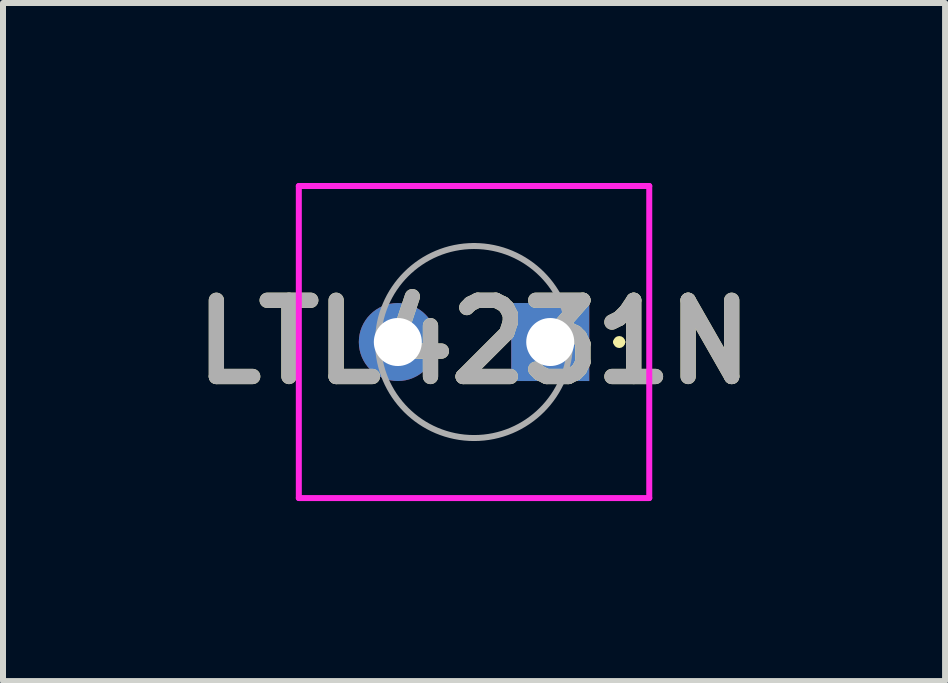
<source format=kicad_pcb>
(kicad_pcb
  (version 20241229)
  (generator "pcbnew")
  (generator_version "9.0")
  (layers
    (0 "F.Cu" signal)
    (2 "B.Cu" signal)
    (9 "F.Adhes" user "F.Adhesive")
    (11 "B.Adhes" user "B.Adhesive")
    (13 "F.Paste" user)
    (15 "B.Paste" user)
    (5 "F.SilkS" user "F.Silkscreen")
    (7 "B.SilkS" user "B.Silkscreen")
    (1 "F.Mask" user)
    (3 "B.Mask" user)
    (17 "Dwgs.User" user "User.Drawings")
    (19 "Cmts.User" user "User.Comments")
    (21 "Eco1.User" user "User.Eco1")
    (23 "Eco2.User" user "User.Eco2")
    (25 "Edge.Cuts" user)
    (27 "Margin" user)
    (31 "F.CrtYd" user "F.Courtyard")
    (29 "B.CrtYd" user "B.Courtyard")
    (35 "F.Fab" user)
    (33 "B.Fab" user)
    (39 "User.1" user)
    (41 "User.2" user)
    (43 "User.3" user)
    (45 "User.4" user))
  (footprint "LTL4231N"
    (layer "F.Cu")
    (at 6.12 2.65)
    (property "Reference" "LTL4231N" (at -1.27 0 0) (layer "F.SilkS") (effects (font (size 1.27 1.27) (thickness 0.254))))
    (attr through_hole)
    (fp_line (start 1.1 0) (end 1.1 0) (stroke (width 0.1) (type solid)) (layer "F.SilkS"))
    (fp_line (start 1.2 0) (end 1.2 0) (stroke (width 0.1) (type solid)) (layer "F.SilkS"))
    (fp_arc (start 1.1 0) (mid 1.15 -0.05) (end 1.2 0) (stroke (width 0.1) (type solid)) (layer "F.SilkS"))
    (fp_arc (start 1.2 0) (mid 1.15 0.05) (end 1.1 0) (stroke (width 0.1) (type solid)) (layer "F.SilkS"))
    (fp_line (start -4.19 -2.6) (end 1.65 -2.6) (stroke (width 0.1) (type solid)) (layer "F.CrtYd"))
    (fp_line (start -4.19 2.6) (end -4.19 -2.6) (stroke (width 0.1) (type solid)) (layer "F.CrtYd"))
    (fp_line (start 1.65 -2.6) (end 1.65 2.6) (stroke (width 0.1) (type solid)) (layer "F.CrtYd"))
    (fp_line (start 1.65 2.6) (end -4.19 2.6) (stroke (width 0.1) (type solid)) (layer "F.CrtYd"))
    (fp_line (start -1.27 -1.6) (end -1.27 -1.6) (stroke (width 0.1) (type solid)) (layer "F.Fab"))
    (fp_line (start -1.27 1.6) (end -1.27 1.6) (stroke (width 0.1) (type solid)) (layer "F.Fab"))
    (fp_arc (start -1.27 -1.6) (mid 0.33 0) (end -1.27 1.6) (stroke (width 0.1) (type solid)) (layer "F.Fab"))
    (fp_arc (start -1.27 1.6) (mid -2.87 0) (end -1.27 -1.6) (stroke (width 0.1) (type solid)) (layer "F.Fab"))
    (fp_text user "${REFERENCE}" (at -1.27 0 0) (layer "F.Fab") (effects (font (size 1.27 1.27) (thickness 0.254))))
    (pad "1" thru_hole rect (at 0 0) (size 1.3 1.3) (drill 0.8) (layers "*.Cu" "*.Mask"))
    (pad "2" thru_hole circle (at -2.54 0) (size 1.3 1.3) (drill 0.8) (layers "*.Cu" "*.Mask")))
  (gr_rect
    (start -3 -3)
    (end 12.7 8.3)
    (stroke (width 0.1) (type default))
    (fill no)
    (layer "Edge.Cuts")))
</source>
